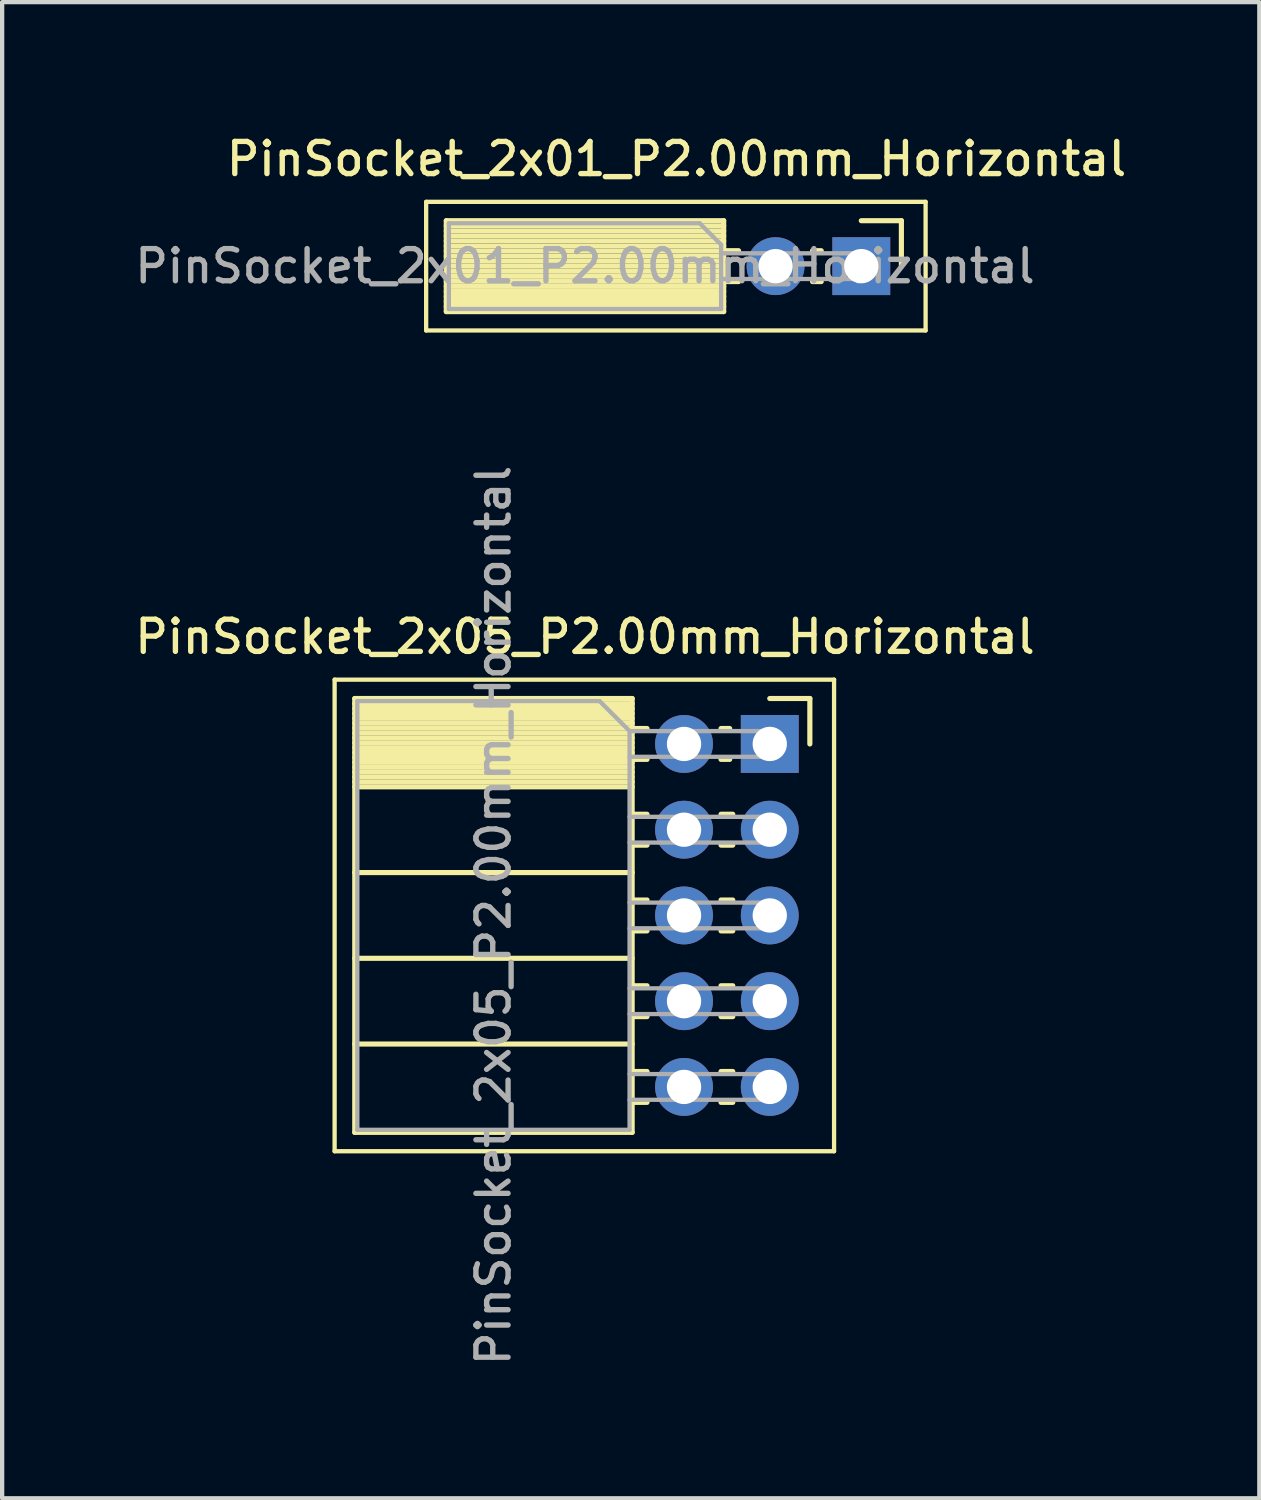
<source format=kicad_pcb>
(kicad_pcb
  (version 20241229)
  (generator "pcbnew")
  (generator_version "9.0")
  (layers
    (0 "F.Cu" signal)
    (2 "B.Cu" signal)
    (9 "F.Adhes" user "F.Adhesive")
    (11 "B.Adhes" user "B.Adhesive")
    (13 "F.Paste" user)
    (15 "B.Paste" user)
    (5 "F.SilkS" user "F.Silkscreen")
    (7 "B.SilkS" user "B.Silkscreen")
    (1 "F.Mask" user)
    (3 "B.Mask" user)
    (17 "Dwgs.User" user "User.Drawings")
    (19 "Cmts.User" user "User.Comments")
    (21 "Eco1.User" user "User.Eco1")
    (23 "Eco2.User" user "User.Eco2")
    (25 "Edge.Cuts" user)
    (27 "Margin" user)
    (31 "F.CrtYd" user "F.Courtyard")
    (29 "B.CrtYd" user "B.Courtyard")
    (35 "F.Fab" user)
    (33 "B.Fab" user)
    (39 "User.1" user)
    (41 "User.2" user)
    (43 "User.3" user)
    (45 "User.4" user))
  (footprint "PinSocket_2x01_P2.00mm_Horizontal"
    (layer "F.Cu")
    (at 17.04 3.158)
    (property "Reference" "PinSocket_2x01_P2.00mm_Horizontal" (at -4.31 -2.5 0) (layer "F.SilkS") (effects (font (size 0.75 0.75) (thickness 0.125))))
    (attr through_hole)
    (fp_line (start -10.15 -1.5) (end -10.15 1.5) (stroke (width 0.1) (type solid)) (layer "F.SilkS"))
    (fp_line (start -10.15 1.5) (end 1.5 1.5) (stroke (width 0.1) (type solid)) (layer "F.SilkS"))
    (fp_line (start -9.68 -1.06) (end -9.68 1.06) (stroke (width 0.12) (type solid)) (layer "F.SilkS"))
    (fp_line (start -9.68 -1.06) (end -3.21 -1.06) (stroke (width 0.12) (type solid)) (layer "F.SilkS"))
    (fp_line (start -9.68 -0.94) (end -3.21 -0.94) (stroke (width 0.12) (type solid)) (layer "F.SilkS"))
    (fp_line (start -9.68 -0.822) (end -3.21 -0.822) (stroke (width 0.12) (type solid)) (layer "F.SilkS"))
    (fp_line (start -9.68 -0.705) (end -3.21 -0.705) (stroke (width 0.12) (type solid)) (layer "F.SilkS"))
    (fp_line (start -9.68 -0.587) (end -3.21 -0.587) (stroke (width 0.12) (type solid)) (layer "F.SilkS"))
    (fp_line (start -9.68 -0.469) (end -3.21 -0.469) (stroke (width 0.12) (type solid)) (layer "F.SilkS"))
    (fp_line (start -9.68 -0.352) (end -3.21 -0.352) (stroke (width 0.12) (type solid)) (layer "F.SilkS"))
    (fp_line (start -9.68 -0.234) (end -3.21 -0.234) (stroke (width 0.12) (type solid)) (layer "F.SilkS"))
    (fp_line (start -9.68 -0.116) (end -3.21 -0.116) (stroke (width 0.12) (type solid)) (layer "F.SilkS"))
    (fp_line (start -9.68 0.001) (end -3.21 0.001) (stroke (width 0.12) (type solid)) (layer "F.SilkS"))
    (fp_line (start -9.68 0.119) (end -3.21 0.119) (stroke (width 0.12) (type solid)) (layer "F.SilkS"))
    (fp_line (start -9.68 0.236) (end -3.21 0.236) (stroke (width 0.12) (type solid)) (layer "F.SilkS"))
    (fp_line (start -9.68 0.354) (end -3.21 0.354) (stroke (width 0.12) (type solid)) (layer "F.SilkS"))
    (fp_line (start -9.68 0.472) (end -3.21 0.472) (stroke (width 0.12) (type solid)) (layer "F.SilkS"))
    (fp_line (start -9.68 0.589) (end -3.21 0.589) (stroke (width 0.12) (type solid)) (layer "F.SilkS"))
    (fp_line (start -9.68 0.707) (end -3.21 0.707) (stroke (width 0.12) (type solid)) (layer "F.SilkS"))
    (fp_line (start -9.68 0.825) (end -3.21 0.825) (stroke (width 0.12) (type solid)) (layer "F.SilkS"))
    (fp_line (start -9.68 0.942) (end -3.21 0.942) (stroke (width 0.12) (type solid)) (layer "F.SilkS"))
    (fp_line (start -9.68 1.06) (end -3.21 1.06) (stroke (width 0.12) (type solid)) (layer "F.SilkS"))
    (fp_line (start -3.21 -1.06) (end -3.21 1.06) (stroke (width 0.12) (type solid)) (layer "F.SilkS"))
    (fp_line (start -3.21 -0.36) (end -2.863 -0.36) (stroke (width 0.12) (type solid)) (layer "F.SilkS"))
    (fp_line (start -3.21 0.36) (end -2.863 0.36) (stroke (width 0.12) (type solid)) (layer "F.SilkS"))
    (fp_line (start -1.137 -0.36) (end -0.935 -0.36) (stroke (width 0.12) (type solid)) (layer "F.SilkS"))
    (fp_line (start -1.137 0.36) (end -0.935 0.36) (stroke (width 0.12) (type solid)) (layer "F.SilkS"))
    (fp_line (start 0 -1.06) (end 0.935 -1.06) (stroke (width 0.12) (type solid)) (layer "F.SilkS"))
    (fp_line (start 0.935 -1.06) (end 0.935 0) (stroke (width 0.12) (type solid)) (layer "F.SilkS"))
    (fp_line (start 1.5 -1.5) (end -10.15 -1.5) (stroke (width 0.1) (type solid)) (layer "F.SilkS"))
    (fp_line (start 1.5 1.5) (end 1.5 -1.5) (stroke (width 0.1) (type solid)) (layer "F.SilkS"))
    (fp_line (start -9.62 -1) (end -3.77 -1) (stroke (width 0.1) (type solid)) (layer "F.Fab"))
    (fp_line (start -9.62 1) (end -9.62 -1) (stroke (width 0.1) (type solid)) (layer "F.Fab"))
    (fp_line (start -3.77 -1) (end -3.27 -0.5) (stroke (width 0.1) (type solid)) (layer "F.Fab"))
    (fp_line (start -3.27 -0.5) (end -3.27 1) (stroke (width 0.1) (type solid)) (layer "F.Fab"))
    (fp_line (start -3.27 0.3) (end 0 0.3) (stroke (width 0.1) (type solid)) (layer "F.Fab"))
    (fp_line (start -3.27 1) (end -9.62 1) (stroke (width 0.1) (type solid)) (layer "F.Fab"))
    (fp_line (start 0 -0.3) (end -3.27 -0.3) (stroke (width 0.1) (type solid)) (layer "F.Fab"))
    (fp_line (start 0 0.3) (end 0 -0.3) (stroke (width 0.1) (type solid)) (layer "F.Fab"))
    (fp_text user "${REFERENCE}" (at -6.445 0 0) (layer "F.Fab") (effects (font (size 0.75 0.75) (thickness 0.125))))
    (pad "1" thru_hole rect (at 0 0) (size 1.35 1.35) (drill 0.8) (layers "*.Cu" "*.Mask"))
    (pad "2" thru_hole oval (at -2 0) (size 1.35 1.35) (drill 0.8) (layers "*.Cu" "*.Mask")))
  (footprint "PinSocket_2x05_P2.00mm_Horizontal"
    (layer "F.Cu")
    (at 14.905 14.303)
    (property "Reference" "PinSocket_2x05_P2.00mm_Horizontal" (at -4.31 -2.5 0) (layer "F.SilkS") (effects (font (size 0.75 0.75) (thickness 0.125))))
    (attr through_hole)
    (fp_line (start -10.15 -1.5) (end -10.15 9.5) (stroke (width 0.1) (type solid)) (layer "F.SilkS"))
    (fp_line (start -10.15 9.5) (end 1.5 9.5) (stroke (width 0.1) (type solid)) (layer "F.SilkS"))
    (fp_line (start -9.68 -1.06) (end -9.68 9.06) (stroke (width 0.12) (type solid)) (layer "F.SilkS"))
    (fp_line (start -9.68 -1.06) (end -3.21 -1.06) (stroke (width 0.12) (type solid)) (layer "F.SilkS"))
    (fp_line (start -9.68 -0.94) (end -3.21 -0.94) (stroke (width 0.12) (type solid)) (layer "F.SilkS"))
    (fp_line (start -9.68 -0.826) (end -3.21 -0.826) (stroke (width 0.12) (type solid)) (layer "F.SilkS"))
    (fp_line (start -9.68 -0.712) (end -3.21 -0.712) (stroke (width 0.12) (type solid)) (layer "F.SilkS"))
    (fp_line (start -9.68 -0.598) (end -3.21 -0.598) (stroke (width 0.12) (type solid)) (layer "F.SilkS"))
    (fp_line (start -9.68 -0.484) (end -3.21 -0.484) (stroke (width 0.12) (type solid)) (layer "F.SilkS"))
    (fp_line (start -9.68 -0.369) (end -3.21 -0.369) (stroke (width 0.12) (type solid)) (layer "F.SilkS"))
    (fp_line (start -9.68 -0.255) (end -3.21 -0.255) (stroke (width 0.12) (type solid)) (layer "F.SilkS"))
    (fp_line (start -9.68 -0.141) (end -3.21 -0.141) (stroke (width 0.12) (type solid)) (layer "F.SilkS"))
    (fp_line (start -9.68 -0.027) (end -3.21 -0.027) (stroke (width 0.12) (type solid)) (layer "F.SilkS"))
    (fp_line (start -9.68 0.087) (end -3.21 0.087) (stroke (width 0.12) (type solid)) (layer "F.SilkS"))
    (fp_line (start -9.68 0.201) (end -3.21 0.201) (stroke (width 0.12) (type solid)) (layer "F.SilkS"))
    (fp_line (start -9.68 0.315) (end -3.21 0.315) (stroke (width 0.12) (type solid)) (layer "F.SilkS"))
    (fp_line (start -9.68 0.429) (end -3.21 0.429) (stroke (width 0.12) (type solid)) (layer "F.SilkS"))
    (fp_line (start -9.68 0.544) (end -3.21 0.544) (stroke (width 0.12) (type solid)) (layer "F.SilkS"))
    (fp_line (start -9.68 0.658) (end -3.21 0.658) (stroke (width 0.12) (type solid)) (layer "F.SilkS"))
    (fp_line (start -9.68 0.772) (end -3.21 0.772) (stroke (width 0.12) (type solid)) (layer "F.SilkS"))
    (fp_line (start -9.68 0.886) (end -3.21 0.886) (stroke (width 0.12) (type solid)) (layer "F.SilkS"))
    (fp_line (start -9.68 1) (end -3.21 1) (stroke (width 0.12) (type solid)) (layer "F.SilkS"))
    (fp_line (start -9.68 3) (end -3.21 3) (stroke (width 0.12) (type solid)) (layer "F.SilkS"))
    (fp_line (start -9.68 5) (end -3.21 5) (stroke (width 0.12) (type solid)) (layer "F.SilkS"))
    (fp_line (start -9.68 7) (end -3.21 7) (stroke (width 0.12) (type solid)) (layer "F.SilkS"))
    (fp_line (start -9.68 9.06) (end -3.21 9.06) (stroke (width 0.12) (type solid)) (layer "F.SilkS"))
    (fp_line (start -3.21 -1.06) (end -3.21 9.06) (stroke (width 0.12) (type solid)) (layer "F.SilkS"))
    (fp_line (start -3.21 -0.36) (end -2.863 -0.36) (stroke (width 0.12) (type solid)) (layer "F.SilkS"))
    (fp_line (start -3.21 0.36) (end -2.863 0.36) (stroke (width 0.12) (type solid)) (layer "F.SilkS"))
    (fp_line (start -3.21 1.64) (end -2.863 1.64) (stroke (width 0.12) (type solid)) (layer "F.SilkS"))
    (fp_line (start -3.21 2.36) (end -2.863 2.36) (stroke (width 0.12) (type solid)) (layer "F.SilkS"))
    (fp_line (start -3.21 3.64) (end -2.863 3.64) (stroke (width 0.12) (type solid)) (layer "F.SilkS"))
    (fp_line (start -3.21 4.36) (end -2.863 4.36) (stroke (width 0.12) (type solid)) (layer "F.SilkS"))
    (fp_line (start -3.21 5.64) (end -2.863 5.64) (stroke (width 0.12) (type solid)) (layer "F.SilkS"))
    (fp_line (start -3.21 6.36) (end -2.863 6.36) (stroke (width 0.12) (type solid)) (layer "F.SilkS"))
    (fp_line (start -3.21 7.64) (end -2.863 7.64) (stroke (width 0.12) (type solid)) (layer "F.SilkS"))
    (fp_line (start -3.21 8.36) (end -2.863 8.36) (stroke (width 0.12) (type solid)) (layer "F.SilkS"))
    (fp_line (start -1.137 -0.36) (end -0.935 -0.36) (stroke (width 0.12) (type solid)) (layer "F.SilkS"))
    (fp_line (start -1.137 0.36) (end -0.935 0.36) (stroke (width 0.12) (type solid)) (layer "F.SilkS"))
    (fp_line (start -1.137 1.64) (end -0.863 1.64) (stroke (width 0.12) (type solid)) (layer "F.SilkS"))
    (fp_line (start -1.137 2.36) (end -0.863 2.36) (stroke (width 0.12) (type solid)) (layer "F.SilkS"))
    (fp_line (start -1.137 3.64) (end -0.863 3.64) (stroke (width 0.12) (type solid)) (layer "F.SilkS"))
    (fp_line (start -1.137 4.36) (end -0.863 4.36) (stroke (width 0.12) (type solid)) (layer "F.SilkS"))
    (fp_line (start -1.137 5.64) (end -0.863 5.64) (stroke (width 0.12) (type solid)) (layer "F.SilkS"))
    (fp_line (start -1.137 6.36) (end -0.863 6.36) (stroke (width 0.12) (type solid)) (layer "F.SilkS"))
    (fp_line (start -1.137 7.64) (end -0.863 7.64) (stroke (width 0.12) (type solid)) (layer "F.SilkS"))
    (fp_line (start -1.137 8.36) (end -0.863 8.36) (stroke (width 0.12) (type solid)) (layer "F.SilkS"))
    (fp_line (start 0 -1.06) (end 0.935 -1.06) (stroke (width 0.12) (type solid)) (layer "F.SilkS"))
    (fp_line (start 0.935 -1.06) (end 0.935 0) (stroke (width 0.12) (type solid)) (layer "F.SilkS"))
    (fp_line (start 1.5 -1.5) (end -10.15 -1.5) (stroke (width 0.1) (type solid)) (layer "F.SilkS"))
    (fp_line (start 1.5 9.5) (end 1.5 -1.5) (stroke (width 0.1) (type solid)) (layer "F.SilkS"))
    (fp_line (start -9.62 -1) (end -3.97 -1) (stroke (width 0.1) (type solid)) (layer "F.Fab"))
    (fp_line (start -9.62 9) (end -9.62 -1) (stroke (width 0.1) (type solid)) (layer "F.Fab"))
    (fp_line (start -3.97 -1) (end -3.27 -0.3) (stroke (width 0.1) (type solid)) (layer "F.Fab"))
    (fp_line (start -3.27 -0.3) (end -3.27 9) (stroke (width 0.1) (type solid)) (layer "F.Fab"))
    (fp_line (start -3.27 0.3) (end 0 0.3) (stroke (width 0.1) (type solid)) (layer "F.Fab"))
    (fp_line (start -3.27 2.3) (end 0 2.3) (stroke (width 0.1) (type solid)) (layer "F.Fab"))
    (fp_line (start -3.27 4.3) (end 0 4.3) (stroke (width 0.1) (type solid)) (layer "F.Fab"))
    (fp_line (start -3.27 6.3) (end 0 6.3) (stroke (width 0.1) (type solid)) (layer "F.Fab"))
    (fp_line (start -3.27 8.3) (end 0 8.3) (stroke (width 0.1) (type solid)) (layer "F.Fab"))
    (fp_line (start -3.27 9) (end -9.62 9) (stroke (width 0.1) (type solid)) (layer "F.Fab"))
    (fp_line (start 0 -0.3) (end -3.27 -0.3) (stroke (width 0.1) (type solid)) (layer "F.Fab"))
    (fp_line (start 0 0.3) (end 0 -0.3) (stroke (width 0.1) (type solid)) (layer "F.Fab"))
    (fp_line (start 0 1.7) (end -3.27 1.7) (stroke (width 0.1) (type solid)) (layer "F.Fab"))
    (fp_line (start 0 2.3) (end 0 1.7) (stroke (width 0.1) (type solid)) (layer "F.Fab"))
    (fp_line (start 0 3.7) (end -3.27 3.7) (stroke (width 0.1) (type solid)) (layer "F.Fab"))
    (fp_line (start 0 4.3) (end 0 3.7) (stroke (width 0.1) (type solid)) (layer "F.Fab"))
    (fp_line (start 0 5.7) (end -3.27 5.7) (stroke (width 0.1) (type solid)) (layer "F.Fab"))
    (fp_line (start 0 6.3) (end 0 5.7) (stroke (width 0.1) (type solid)) (layer "F.Fab"))
    (fp_line (start 0 7.7) (end -3.27 7.7) (stroke (width 0.1) (type solid)) (layer "F.Fab"))
    (fp_line (start 0 8.3) (end 0 7.7) (stroke (width 0.1) (type solid)) (layer "F.Fab"))
    (fp_text user "${REFERENCE}" (at -6.445 4 90) (layer "F.Fab") (effects (font (size 0.75 0.75) (thickness 0.125))))
    (pad "1" thru_hole rect (at 0 0) (size 1.35 1.35) (drill 0.8) (layers "*.Cu" "*.Mask"))
    (pad "2" thru_hole oval (at -2 0) (size 1.35 1.35) (drill 0.8) (layers "*.Cu" "*.Mask"))
    (pad "3" thru_hole oval (at 0 2) (size 1.35 1.35) (drill 0.8) (layers "*.Cu" "*.Mask"))
    (pad "4" thru_hole oval (at -2 2) (size 1.35 1.35) (drill 0.8) (layers "*.Cu" "*.Mask"))
    (pad "5" thru_hole oval (at 0 4) (size 1.35 1.35) (drill 0.8) (layers "*.Cu" "*.Mask"))
    (pad "6" thru_hole oval (at -2 4) (size 1.35 1.35) (drill 0.8) (layers "*.Cu" "*.Mask"))
    (pad "7" thru_hole oval (at 0 6) (size 1.35 1.35) (drill 0.8) (layers "*.Cu" "*.Mask"))
    (pad "8" thru_hole oval (at -2 6) (size 1.35 1.35) (drill 0.8) (layers "*.Cu" "*.Mask"))
    (pad "9" thru_hole oval (at 0 8) (size 1.35 1.35) (drill 0.8) (layers "*.Cu" "*.Mask"))
    (pad "10" thru_hole oval (at -2 8) (size 1.35 1.35) (drill 0.8) (layers "*.Cu" "*.Mask")))
  (gr_rect
    (start -3 -3)
    (end 26.324 31.897)
    (stroke (width 0.1) (type default))
    (fill no)
    (layer "Edge.Cuts")))
</source>
